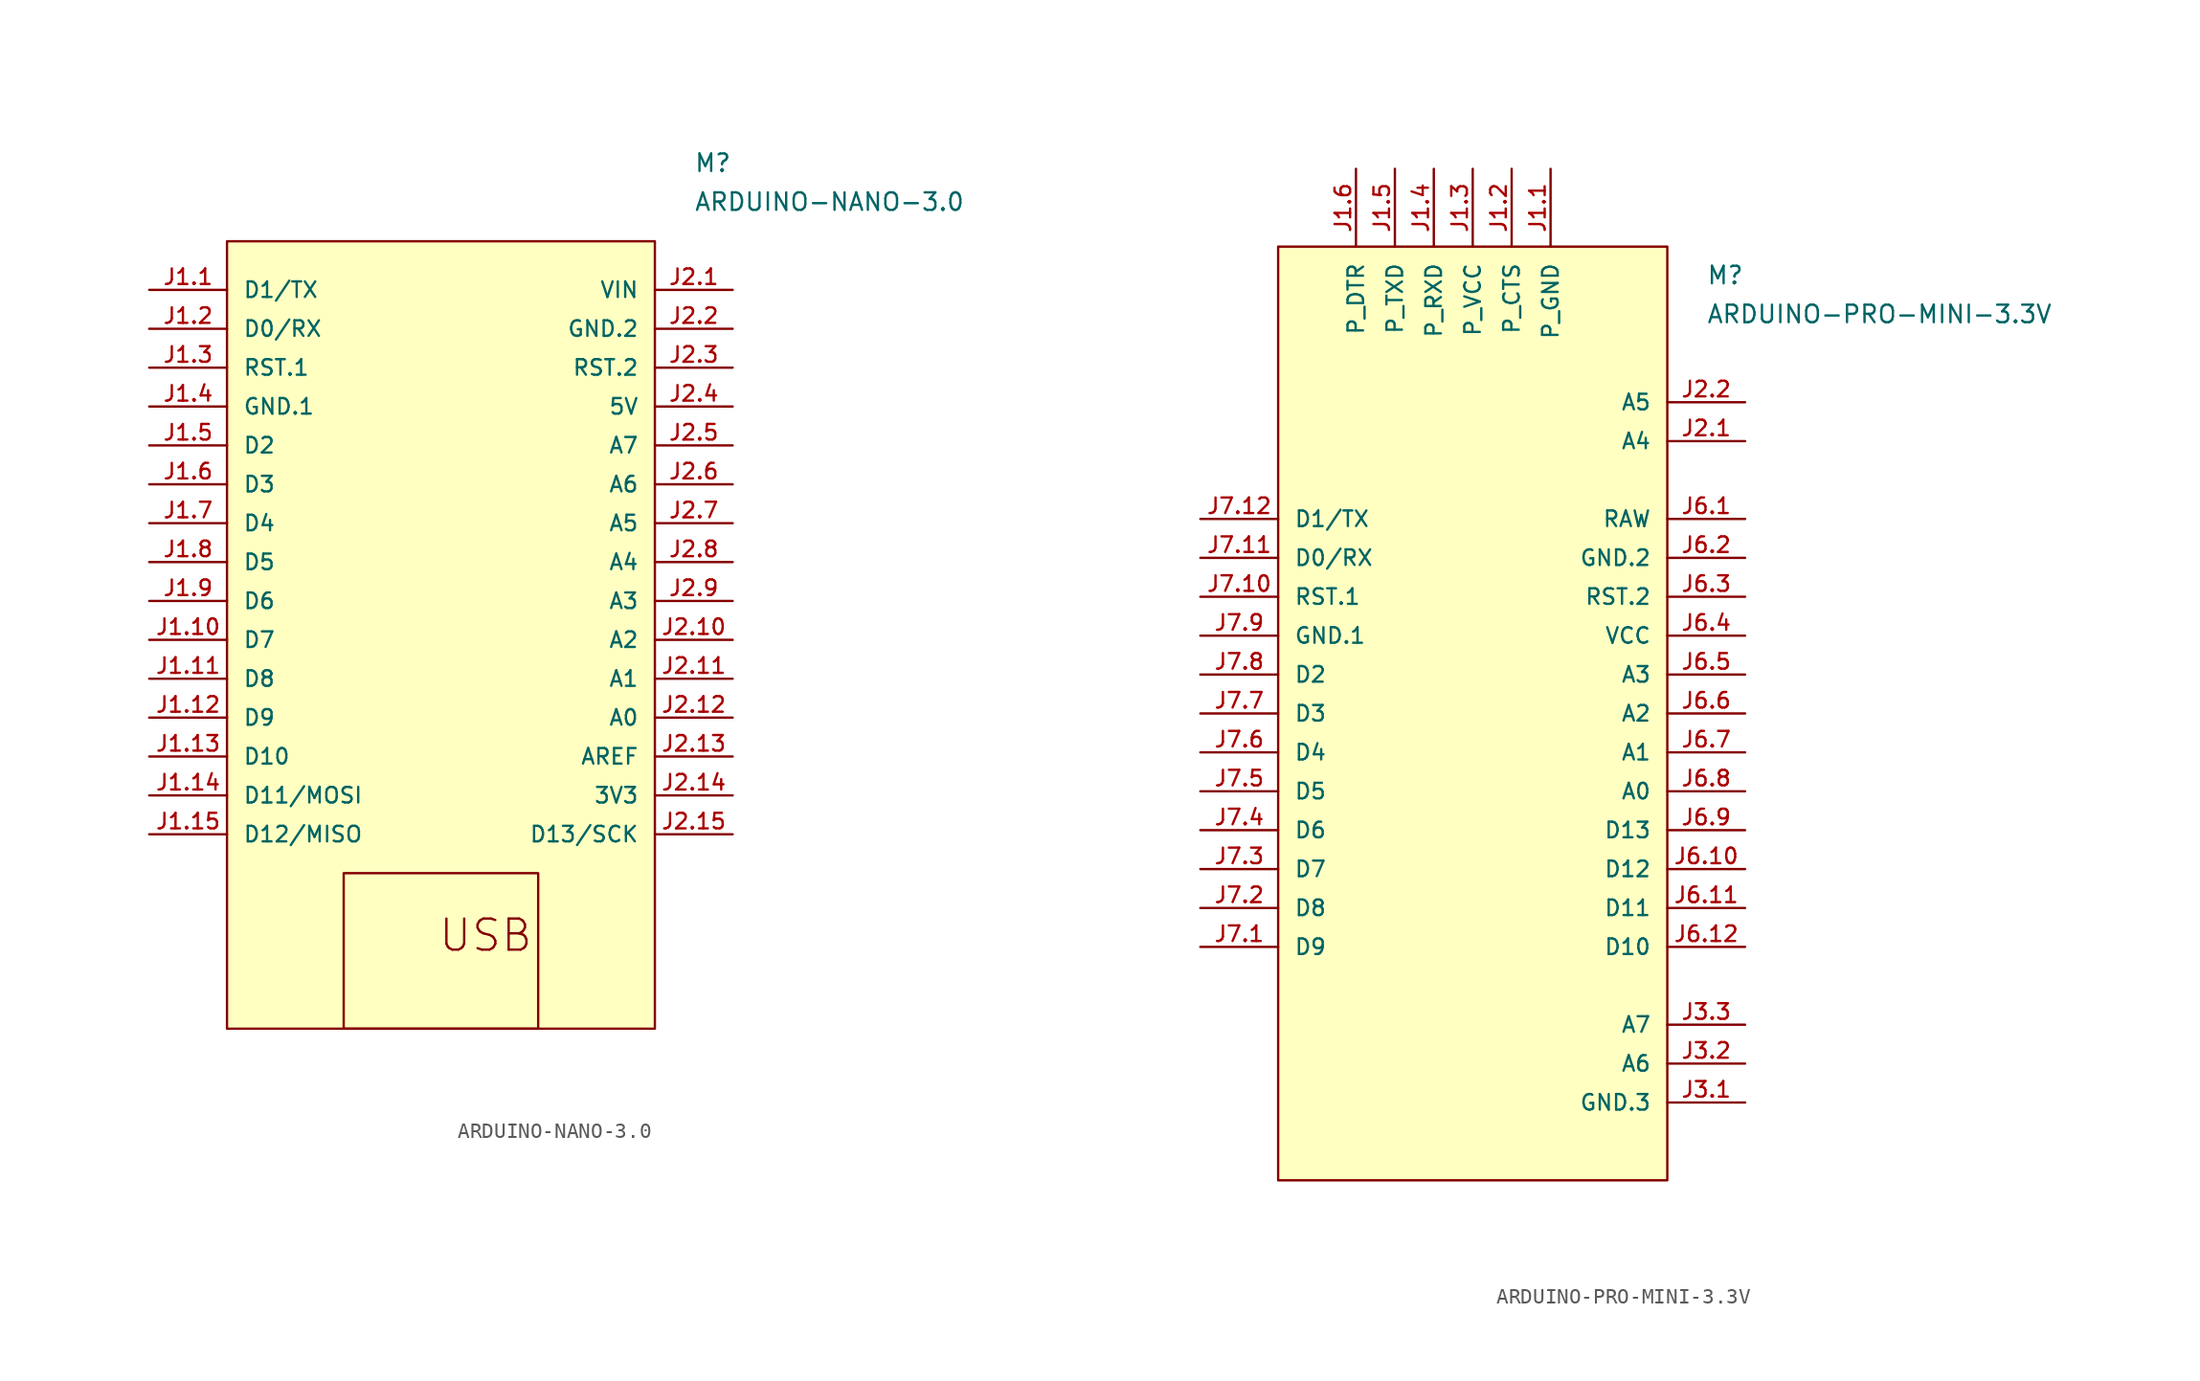
<source format=kicad_sym>
(kicad_symbol_lib
  (version 20211014)
  (generator kicad_symbol_editor)
  (symbol "ARDUINO-NANO-3.0"
    (pin_names
      (offset 1.016))
    (property "Reference" "M"
      (at 16.51 25.4 0)
      (effects (font (size 1.143 1.143)) (justify left bottom)))
    (property "Value" "ARDUINO-NANO-3.0"
      (at 16.51 22.86 0)
      (effects (font (size 1.143 1.143)) (justify left bottom)))
    (property "ki_locked" ""
      (at 0 0 0)
      (effects (font (size 1.27 1.27))))
    (symbol "ARDUINO-NANO-3.0_1_0"
      (text "USB" (at 2.921 -24.384 0) (effects (font (size 2.032 2.032)))))
    (symbol "ARDUINO-NANO-3.0_1_1"
      (rectangle (start -13.97 20.955) (end 13.97 -30.48) (stroke (width 0) (type default) (color 0 0 0 0)) (fill (type background)))
      (rectangle (start -6.35 -20.32) (end 6.35 -30.48) (stroke (width 0) (type default) (color 0 0 0 0)) (fill (type none)))
      (pin bidirectional line (at -19.05 17.78 0) (length 5.08) (name "D1/TX" (effects (font (size 1.016 1.016)))) (number "J1.1" (effects (font (size 1.016 1.016)))))
      (pin bidirectional line (at -19.05 -5.08 0) (length 5.08) (name "D7" (effects (font (size 1.016 1.016)))) (number "J1.10" (effects (font (size 1.016 1.016)))))
      (pin bidirectional line (at -19.05 -7.62 0) (length 5.08) (name "D8" (effects (font (size 1.016 1.016)))) (number "J1.11" (effects (font (size 1.016 1.016)))))
      (pin bidirectional line (at -19.05 -10.16 0) (length 5.08) (name "D9" (effects (font (size 1.016 1.016)))) (number "J1.12" (effects (font (size 1.016 1.016)))))
      (pin bidirectional line (at -19.05 -12.7 0) (length 5.08) (name "D10" (effects (font (size 1.016 1.016)))) (number "J1.13" (effects (font (size 1.016 1.016)))))
      (pin bidirectional line (at -19.05 -15.24 0) (length 5.08) (name "D11/MOSI" (effects (font (size 1.016 1.016)))) (number "J1.14" (effects (font (size 1.016 1.016)))))
      (pin bidirectional line (at -19.05 -17.78 0) (length 5.08) (name "D12/MISO" (effects (font (size 1.016 1.016)))) (number "J1.15" (effects (font (size 1.016 1.016)))))
      (pin bidirectional line (at -19.05 15.24 0) (length 5.08) (name "D0/RX" (effects (font (size 1.016 1.016)))) (number "J1.2" (effects (font (size 1.016 1.016)))))
      (pin bidirectional line (at -19.05 12.7 0) (length 5.08) (name "RST.1" (effects (font (size 1.016 1.016)))) (number "J1.3" (effects (font (size 1.016 1.016)))))
      (pin power_in line (at -19.05 10.16 0) (length 5.08) (name "GND.1" (effects (font (size 1.016 1.016)))) (number "J1.4" (effects (font (size 1.016 1.016)))))
      (pin bidirectional line (at -19.05 7.62 0) (length 5.08) (name "D2" (effects (font (size 1.016 1.016)))) (number "J1.5" (effects (font (size 1.016 1.016)))))
      (pin bidirectional line (at -19.05 5.08 0) (length 5.08) (name "D3" (effects (font (size 1.016 1.016)))) (number "J1.6" (effects (font (size 1.016 1.016)))))
      (pin bidirectional line (at -19.05 2.54 0) (length 5.08) (name "D4" (effects (font (size 1.016 1.016)))) (number "J1.7" (effects (font (size 1.016 1.016)))))
      (pin bidirectional line (at -19.05 0 0) (length 5.08) (name "D5" (effects (font (size 1.016 1.016)))) (number "J1.8" (effects (font (size 1.016 1.016)))))
      (pin bidirectional line (at -19.05 -2.54 0) (length 5.08) (name "D6" (effects (font (size 1.016 1.016)))) (number "J1.9" (effects (font (size 1.016 1.016)))))
      (pin power_in line (at 19.05 17.78 180) (length 5.08) (name "VIN" (effects (font (size 1.016 1.016)))) (number "J2.1" (effects (font (size 1.016 1.016)))))
      (pin bidirectional line (at 19.05 -5.08 180) (length 5.08) (name "A2" (effects (font (size 1.016 1.016)))) (number "J2.10" (effects (font (size 1.016 1.016)))))
      (pin bidirectional line (at 19.05 -7.62 180) (length 5.08) (name "A1" (effects (font (size 1.016 1.016)))) (number "J2.11" (effects (font (size 1.016 1.016)))))
      (pin bidirectional line (at 19.05 -10.16 180) (length 5.08) (name "A0" (effects (font (size 1.016 1.016)))) (number "J2.12" (effects (font (size 1.016 1.016)))))
      (pin bidirectional line (at 19.05 -12.7 180) (length 5.08) (name "AREF" (effects (font (size 1.016 1.016)))) (number "J2.13" (effects (font (size 1.016 1.016)))))
      (pin power_in line (at 19.05 -15.24 180) (length 5.08) (name "3V3" (effects (font (size 1.016 1.016)))) (number "J2.14" (effects (font (size 1.016 1.016)))))
      (pin bidirectional line (at 19.05 -17.78 180) (length 5.08) (name "D13/SCK" (effects (font (size 1.016 1.016)))) (number "J2.15" (effects (font (size 1.016 1.016)))))
      (pin power_in line (at 19.05 15.24 180) (length 5.08) (name "GND.2" (effects (font (size 1.016 1.016)))) (number "J2.2" (effects (font (size 1.016 1.016)))))
      (pin bidirectional line (at 19.05 12.7 180) (length 5.08) (name "RST.2" (effects (font (size 1.016 1.016)))) (number "J2.3" (effects (font (size 1.016 1.016)))))
      (pin power_in line (at 19.05 10.16 180) (length 5.08) (name "5V" (effects (font (size 1.016 1.016)))) (number "J2.4" (effects (font (size 1.016 1.016)))))
      (pin bidirectional line (at 19.05 7.62 180) (length 5.08) (name "A7" (effects (font (size 1.016 1.016)))) (number "J2.5" (effects (font (size 1.016 1.016)))))
      (pin bidirectional line (at 19.05 5.08 180) (length 5.08) (name "A6" (effects (font (size 1.016 1.016)))) (number "J2.6" (effects (font (size 1.016 1.016)))))
      (pin bidirectional line (at 19.05 2.54 180) (length 5.08) (name "A5" (effects (font (size 1.016 1.016)))) (number "J2.7" (effects (font (size 1.016 1.016)))))
      (pin bidirectional line (at 19.05 0 180) (length 5.08) (name "A4" (effects (font (size 1.016 1.016)))) (number "J2.8" (effects (font (size 1.016 1.016)))))
      (pin bidirectional line (at 19.05 -2.54 180) (length 5.08) (name "A3" (effects (font (size 1.016 1.016)))) (number "J2.9" (effects (font (size 1.016 1.016)))))))
  (symbol "ARDUINO-PRO-MINI-3.3V"
    (pin_names
      (offset 1.016))
    (property "Reference" "M"
      (at 15.24 27.94 0)
      (effects (font (size 1.143 1.143)) (justify left bottom)))
    (property "Value" "ARDUINO-PRO-MINI-3.3V"
      (at 15.24 25.4 0)
      (effects (font (size 1.143 1.143)) (justify left bottom)))
    (property "ki_locked" ""
      (at 0 0 0)
      (effects (font (size 1.27 1.27))))
    (symbol "ARDUINO-PRO-MINI-3.3V_1_1"
      (rectangle (start -12.7 30.48) (end 12.7 -30.48) (stroke (width 0) (type default) (color 0 0 0 0)) (fill (type background)))
      (pin bidirectional line (at 5.08 35.56 270) (length 5.08) (name "P_GND" (effects (font (size 1.016 1.016)))) (number "J1.1" (effects (font (size 1.016 1.016)))))
      (pin bidirectional line (at 2.54 35.56 270) (length 5.08) (name "P_CTS" (effects (font (size 1.016 1.016)))) (number "J1.2" (effects (font (size 1.016 1.016)))))
      (pin bidirectional line (at 0 35.56 270) (length 5.08) (name "P_VCC" (effects (font (size 1.016 1.016)))) (number "J1.3" (effects (font (size 1.016 1.016)))))
      (pin bidirectional line (at -2.54 35.56 270) (length 5.08) (name "P_RXD" (effects (font (size 1.016 1.016)))) (number "J1.4" (effects (font (size 1.016 1.016)))))
      (pin bidirectional line (at -5.08 35.56 270) (length 5.08) (name "P_TXD" (effects (font (size 1.016 1.016)))) (number "J1.5" (effects (font (size 1.016 1.016)))))
      (pin bidirectional line (at -7.62 35.56 270) (length 5.08) (name "P_DTR" (effects (font (size 1.016 1.016)))) (number "J1.6" (effects (font (size 1.016 1.016)))))
      (pin bidirectional line (at 17.78 17.78 180) (length 5.08) (name "A4" (effects (font (size 1.016 1.016)))) (number "J2.1" (effects (font (size 1.016 1.016)))))
      (pin bidirectional line (at 17.78 20.32 180) (length 5.08) (name "A5" (effects (font (size 1.016 1.016)))) (number "J2.2" (effects (font (size 1.016 1.016)))))
      (pin bidirectional line (at 17.78 -25.4 180) (length 5.08) (name "GND.3" (effects (font (size 1.016 1.016)))) (number "J3.1" (effects (font (size 1.016 1.016)))))
      (pin bidirectional line (at 17.78 -22.86 180) (length 5.08) (name "A6" (effects (font (size 1.016 1.016)))) (number "J3.2" (effects (font (size 1.016 1.016)))))
      (pin bidirectional line (at 17.78 -20.32 180) (length 5.08) (name "A7" (effects (font (size 1.016 1.016)))) (number "J3.3" (effects (font (size 1.016 1.016)))))
      (pin power_in line (at 17.78 12.7 180) (length 5.08) (name "RAW" (effects (font (size 1.016 1.016)))) (number "J6.1" (effects (font (size 1.016 1.016)))))
      (pin bidirectional line (at 17.78 -10.16 180) (length 5.08) (name "D12" (effects (font (size 1.016 1.016)))) (number "J6.10" (effects (font (size 1.016 1.016)))))
      (pin bidirectional line (at 17.78 -12.7 180) (length 5.08) (name "D11" (effects (font (size 1.016 1.016)))) (number "J6.11" (effects (font (size 1.016 1.016)))))
      (pin bidirectional line (at 17.78 -15.24 180) (length 5.08) (name "D10" (effects (font (size 1.016 1.016)))) (number "J6.12" (effects (font (size 1.016 1.016)))))
      (pin power_in line (at 17.78 10.16 180) (length 5.08) (name "GND.2" (effects (font (size 1.016 1.016)))) (number "J6.2" (effects (font (size 1.016 1.016)))))
      (pin bidirectional line (at 17.78 7.62 180) (length 5.08) (name "RST.2" (effects (font (size 1.016 1.016)))) (number "J6.3" (effects (font (size 1.016 1.016)))))
      (pin power_in line (at 17.78 5.08 180) (length 5.08) (name "VCC" (effects (font (size 1.016 1.016)))) (number "J6.4" (effects (font (size 1.016 1.016)))))
      (pin bidirectional line (at 17.78 2.54 180) (length 5.08) (name "A3" (effects (font (size 1.016 1.016)))) (number "J6.5" (effects (font (size 1.016 1.016)))))
      (pin bidirectional line (at 17.78 0 180) (length 5.08) (name "A2" (effects (font (size 1.016 1.016)))) (number "J6.6" (effects (font (size 1.016 1.016)))))
      (pin bidirectional line (at 17.78 -2.54 180) (length 5.08) (name "A1" (effects (font (size 1.016 1.016)))) (number "J6.7" (effects (font (size 1.016 1.016)))))
      (pin bidirectional line (at 17.78 -5.08 180) (length 5.08) (name "A0" (effects (font (size 1.016 1.016)))) (number "J6.8" (effects (font (size 1.016 1.016)))))
      (pin bidirectional line (at 17.78 -7.62 180) (length 5.08) (name "D13" (effects (font (size 1.016 1.016)))) (number "J6.9" (effects (font (size 1.016 1.016)))))
      (pin bidirectional line (at -17.78 -15.24 0) (length 5.08) (name "D9" (effects (font (size 1.016 1.016)))) (number "J7.1" (effects (font (size 1.016 1.016)))))
      (pin bidirectional line (at -17.78 7.62 0) (length 5.08) (name "RST.1" (effects (font (size 1.016 1.016)))) (number "J7.10" (effects (font (size 1.016 1.016)))))
      (pin bidirectional line (at -17.78 10.16 0) (length 5.08) (name "D0/RX" (effects (font (size 1.016 1.016)))) (number "J7.11" (effects (font (size 1.016 1.016)))))
      (pin bidirectional line (at -17.78 12.7 0) (length 5.08) (name "D1/TX" (effects (font (size 1.016 1.016)))) (number "J7.12" (effects (font (size 1.016 1.016)))))
      (pin bidirectional line (at -17.78 -12.7 0) (length 5.08) (name "D8" (effects (font (size 1.016 1.016)))) (number "J7.2" (effects (font (size 1.016 1.016)))))
      (pin bidirectional line (at -17.78 -10.16 0) (length 5.08) (name "D7" (effects (font (size 1.016 1.016)))) (number "J7.3" (effects (font (size 1.016 1.016)))))
      (pin bidirectional line (at -17.78 -7.62 0) (length 5.08) (name "D6" (effects (font (size 1.016 1.016)))) (number "J7.4" (effects (font (size 1.016 1.016)))))
      (pin bidirectional line (at -17.78 -5.08 0) (length 5.08) (name "D5" (effects (font (size 1.016 1.016)))) (number "J7.5" (effects (font (size 1.016 1.016)))))
      (pin bidirectional line (at -17.78 -2.54 0) (length 5.08) (name "D4" (effects (font (size 1.016 1.016)))) (number "J7.6" (effects (font (size 1.016 1.016)))))
      (pin bidirectional line (at -17.78 0 0) (length 5.08) (name "D3" (effects (font (size 1.016 1.016)))) (number "J7.7" (effects (font (size 1.016 1.016)))))
      (pin bidirectional line (at -17.78 2.54 0) (length 5.08) (name "D2" (effects (font (size 1.016 1.016)))) (number "J7.8" (effects (font (size 1.016 1.016)))))
      (pin power_in line (at -17.78 5.08 0) (length 5.08) (name "GND.1" (effects (font (size 1.016 1.016)))) (number "J7.9" (effects (font (size 1.016 1.016))))))))
</source>
